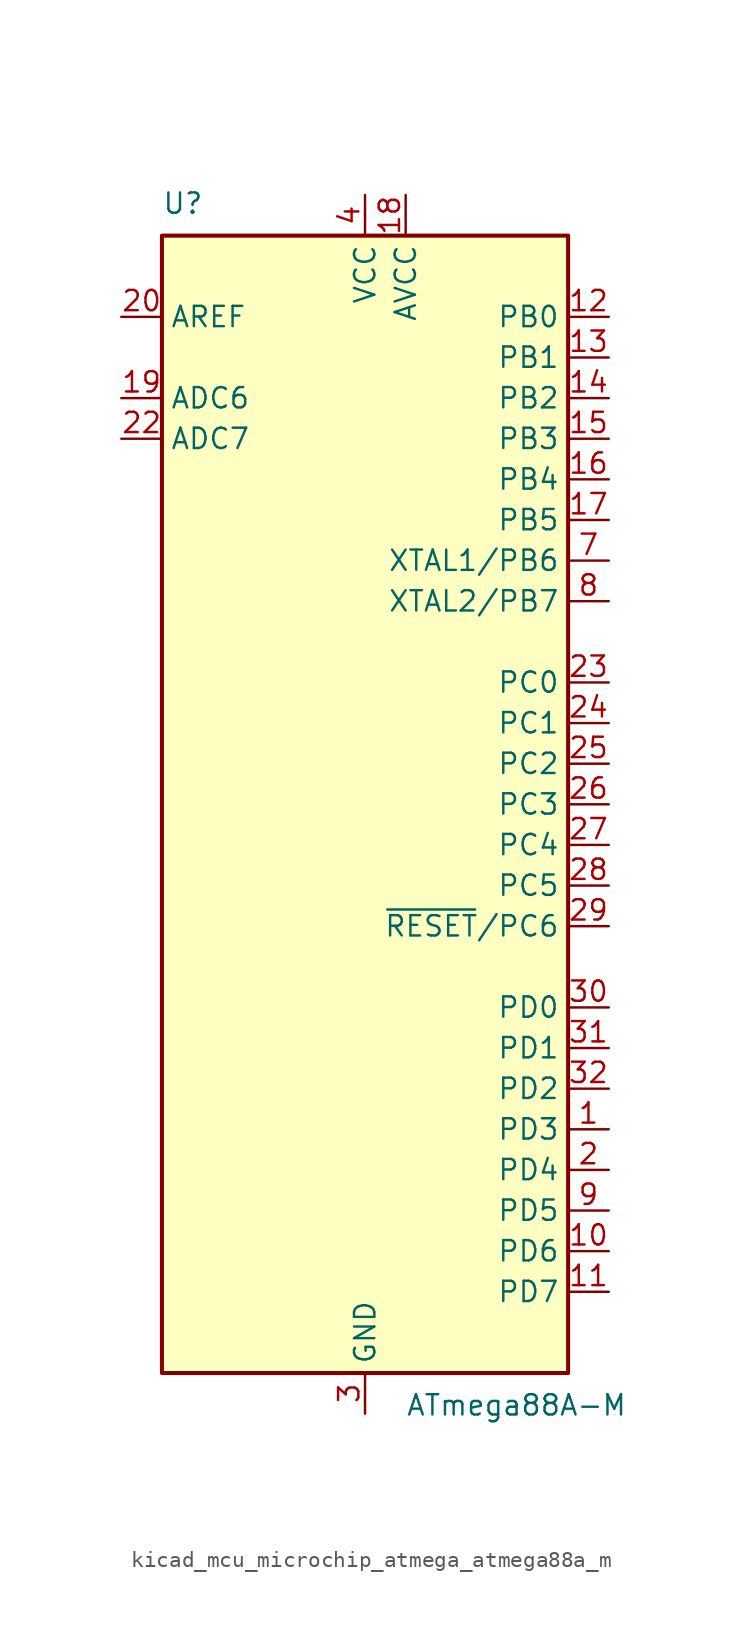
<source format=kicad_sym>
(kicad_symbol_lib
  (version 20220914)
  (generator kicad_symbol_editor)
  (symbol "kicad_mcu_microchip_atmega_atmega88a_m"
    (property "Reference" "U"
      (at -12.7 36.83 0)
      (effects (font (size 1.27 1.27)) (justify left bottom)))
    (property "Value" "ATmega88A-M"
      (at 2.54 -36.83 0)
      (effects (font (size 1.27 1.27)) (justify left top)))
    (symbol "kicad_mcu_microchip_atmega_atmega88a_m_0_1"
      (rectangle (start -12.7 -35.56) (end 12.7 35.56) (stroke (width 0.254) (type default)) (fill (type background))))
    (symbol "kicad_mcu_microchip_atmega_atmega88a_m_1_1"
      (pin bidirectional line (at 15.24 -20.32 180) (length 2.54) (name "PD3" (effects (font (size 1.27 1.27)))) (number "1" (effects (font (size 1.27 1.27)))))
      (pin bidirectional line (at 15.24 -27.94 180) (length 2.54) (name "PD6" (effects (font (size 1.27 1.27)))) (number "10" (effects (font (size 1.27 1.27)))))
      (pin bidirectional line (at 15.24 -30.48 180) (length 2.54) (name "PD7" (effects (font (size 1.27 1.27)))) (number "11" (effects (font (size 1.27 1.27)))))
      (pin bidirectional line (at 15.24 30.48 180) (length 2.54) (name "PB0" (effects (font (size 1.27 1.27)))) (number "12" (effects (font (size 1.27 1.27)))))
      (pin bidirectional line (at 15.24 27.94 180) (length 2.54) (name "PB1" (effects (font (size 1.27 1.27)))) (number "13" (effects (font (size 1.27 1.27)))))
      (pin bidirectional line (at 15.24 25.4 180) (length 2.54) (name "PB2" (effects (font (size 1.27 1.27)))) (number "14" (effects (font (size 1.27 1.27)))))
      (pin bidirectional line (at 15.24 22.86 180) (length 2.54) (name "PB3" (effects (font (size 1.27 1.27)))) (number "15" (effects (font (size 1.27 1.27)))))
      (pin bidirectional line (at 15.24 20.32 180) (length 2.54) (name "PB4" (effects (font (size 1.27 1.27)))) (number "16" (effects (font (size 1.27 1.27)))))
      (pin bidirectional line (at 15.24 17.78 180) (length 2.54) (name "PB5" (effects (font (size 1.27 1.27)))) (number "17" (effects (font (size 1.27 1.27)))))
      (pin power_in line (at 2.54 38.1 270) (length 2.54) (name "AVCC" (effects (font (size 1.27 1.27)))) (number "18" (effects (font (size 1.27 1.27)))))
      (pin input line (at -15.24 25.4 0) (length 2.54) (name "ADC6" (effects (font (size 1.27 1.27)))) (number "19" (effects (font (size 1.27 1.27)))))
      (pin bidirectional line (at 15.24 -22.86 180) (length 2.54) (name "PD4" (effects (font (size 1.27 1.27)))) (number "2" (effects (font (size 1.27 1.27)))))
      (pin passive line (at -15.24 30.48 0) (length 2.54) (name "AREF" (effects (font (size 1.27 1.27)))) (number "20" (effects (font (size 1.27 1.27)))))
      (pin passive line (at 0 -38.1 90) (length 2.54) hide (name "GND" (effects (font (size 1.27 1.27)))) (number "21" (effects (font (size 1.27 1.27)))))
      (pin input line (at -15.24 22.86 0) (length 2.54) (name "ADC7" (effects (font (size 1.27 1.27)))) (number "22" (effects (font (size 1.27 1.27)))))
      (pin bidirectional line (at 15.24 7.62 180) (length 2.54) (name "PC0" (effects (font (size 1.27 1.27)))) (number "23" (effects (font (size 1.27 1.27)))))
      (pin bidirectional line (at 15.24 5.08 180) (length 2.54) (name "PC1" (effects (font (size 1.27 1.27)))) (number "24" (effects (font (size 1.27 1.27)))))
      (pin bidirectional line (at 15.24 2.54 180) (length 2.54) (name "PC2" (effects (font (size 1.27 1.27)))) (number "25" (effects (font (size 1.27 1.27)))))
      (pin bidirectional line (at 15.24 0 180) (length 2.54) (name "PC3" (effects (font (size 1.27 1.27)))) (number "26" (effects (font (size 1.27 1.27)))))
      (pin bidirectional line (at 15.24 -2.54 180) (length 2.54) (name "PC4" (effects (font (size 1.27 1.27)))) (number "27" (effects (font (size 1.27 1.27)))))
      (pin bidirectional line (at 15.24 -5.08 180) (length 2.54) (name "PC5" (effects (font (size 1.27 1.27)))) (number "28" (effects (font (size 1.27 1.27)))))
      (pin bidirectional line (at 15.24 -7.62 180) (length 2.54) (name "~{RESET}/PC6" (effects (font (size 1.27 1.27)))) (number "29" (effects (font (size 1.27 1.27)))))
      (pin power_in line (at 0 -38.1 90) (length 2.54) (name "GND" (effects (font (size 1.27 1.27)))) (number "3" (effects (font (size 1.27 1.27)))))
      (pin bidirectional line (at 15.24 -12.7 180) (length 2.54) (name "PD0" (effects (font (size 1.27 1.27)))) (number "30" (effects (font (size 1.27 1.27)))))
      (pin bidirectional line (at 15.24 -15.24 180) (length 2.54) (name "PD1" (effects (font (size 1.27 1.27)))) (number "31" (effects (font (size 1.27 1.27)))))
      (pin bidirectional line (at 15.24 -17.78 180) (length 2.54) (name "PD2" (effects (font (size 1.27 1.27)))) (number "32" (effects (font (size 1.27 1.27)))))
      (pin passive line (at 0 -38.1 90) (length 2.54) hide (name "GND" (effects (font (size 1.27 1.27)))) (number "33" (effects (font (size 1.27 1.27)))))
      (pin power_in line (at 0 38.1 270) (length 2.54) (name "VCC" (effects (font (size 1.27 1.27)))) (number "4" (effects (font (size 1.27 1.27)))))
      (pin passive line (at 0 -38.1 90) (length 2.54) hide (name "GND" (effects (font (size 1.27 1.27)))) (number "5" (effects (font (size 1.27 1.27)))))
      (pin passive line (at 0 38.1 270) (length 2.54) hide (name "VCC" (effects (font (size 1.27 1.27)))) (number "6" (effects (font (size 1.27 1.27)))))
      (pin bidirectional line (at 15.24 15.24 180) (length 2.54) (name "XTAL1/PB6" (effects (font (size 1.27 1.27)))) (number "7" (effects (font (size 1.27 1.27)))))
      (pin bidirectional line (at 15.24 12.7 180) (length 2.54) (name "XTAL2/PB7" (effects (font (size 1.27 1.27)))) (number "8" (effects (font (size 1.27 1.27)))))
      (pin bidirectional line (at 15.24 -25.4 180) (length 2.54) (name "PD5" (effects (font (size 1.27 1.27)))) (number "9" (effects (font (size 1.27 1.27))))))))
</source>
